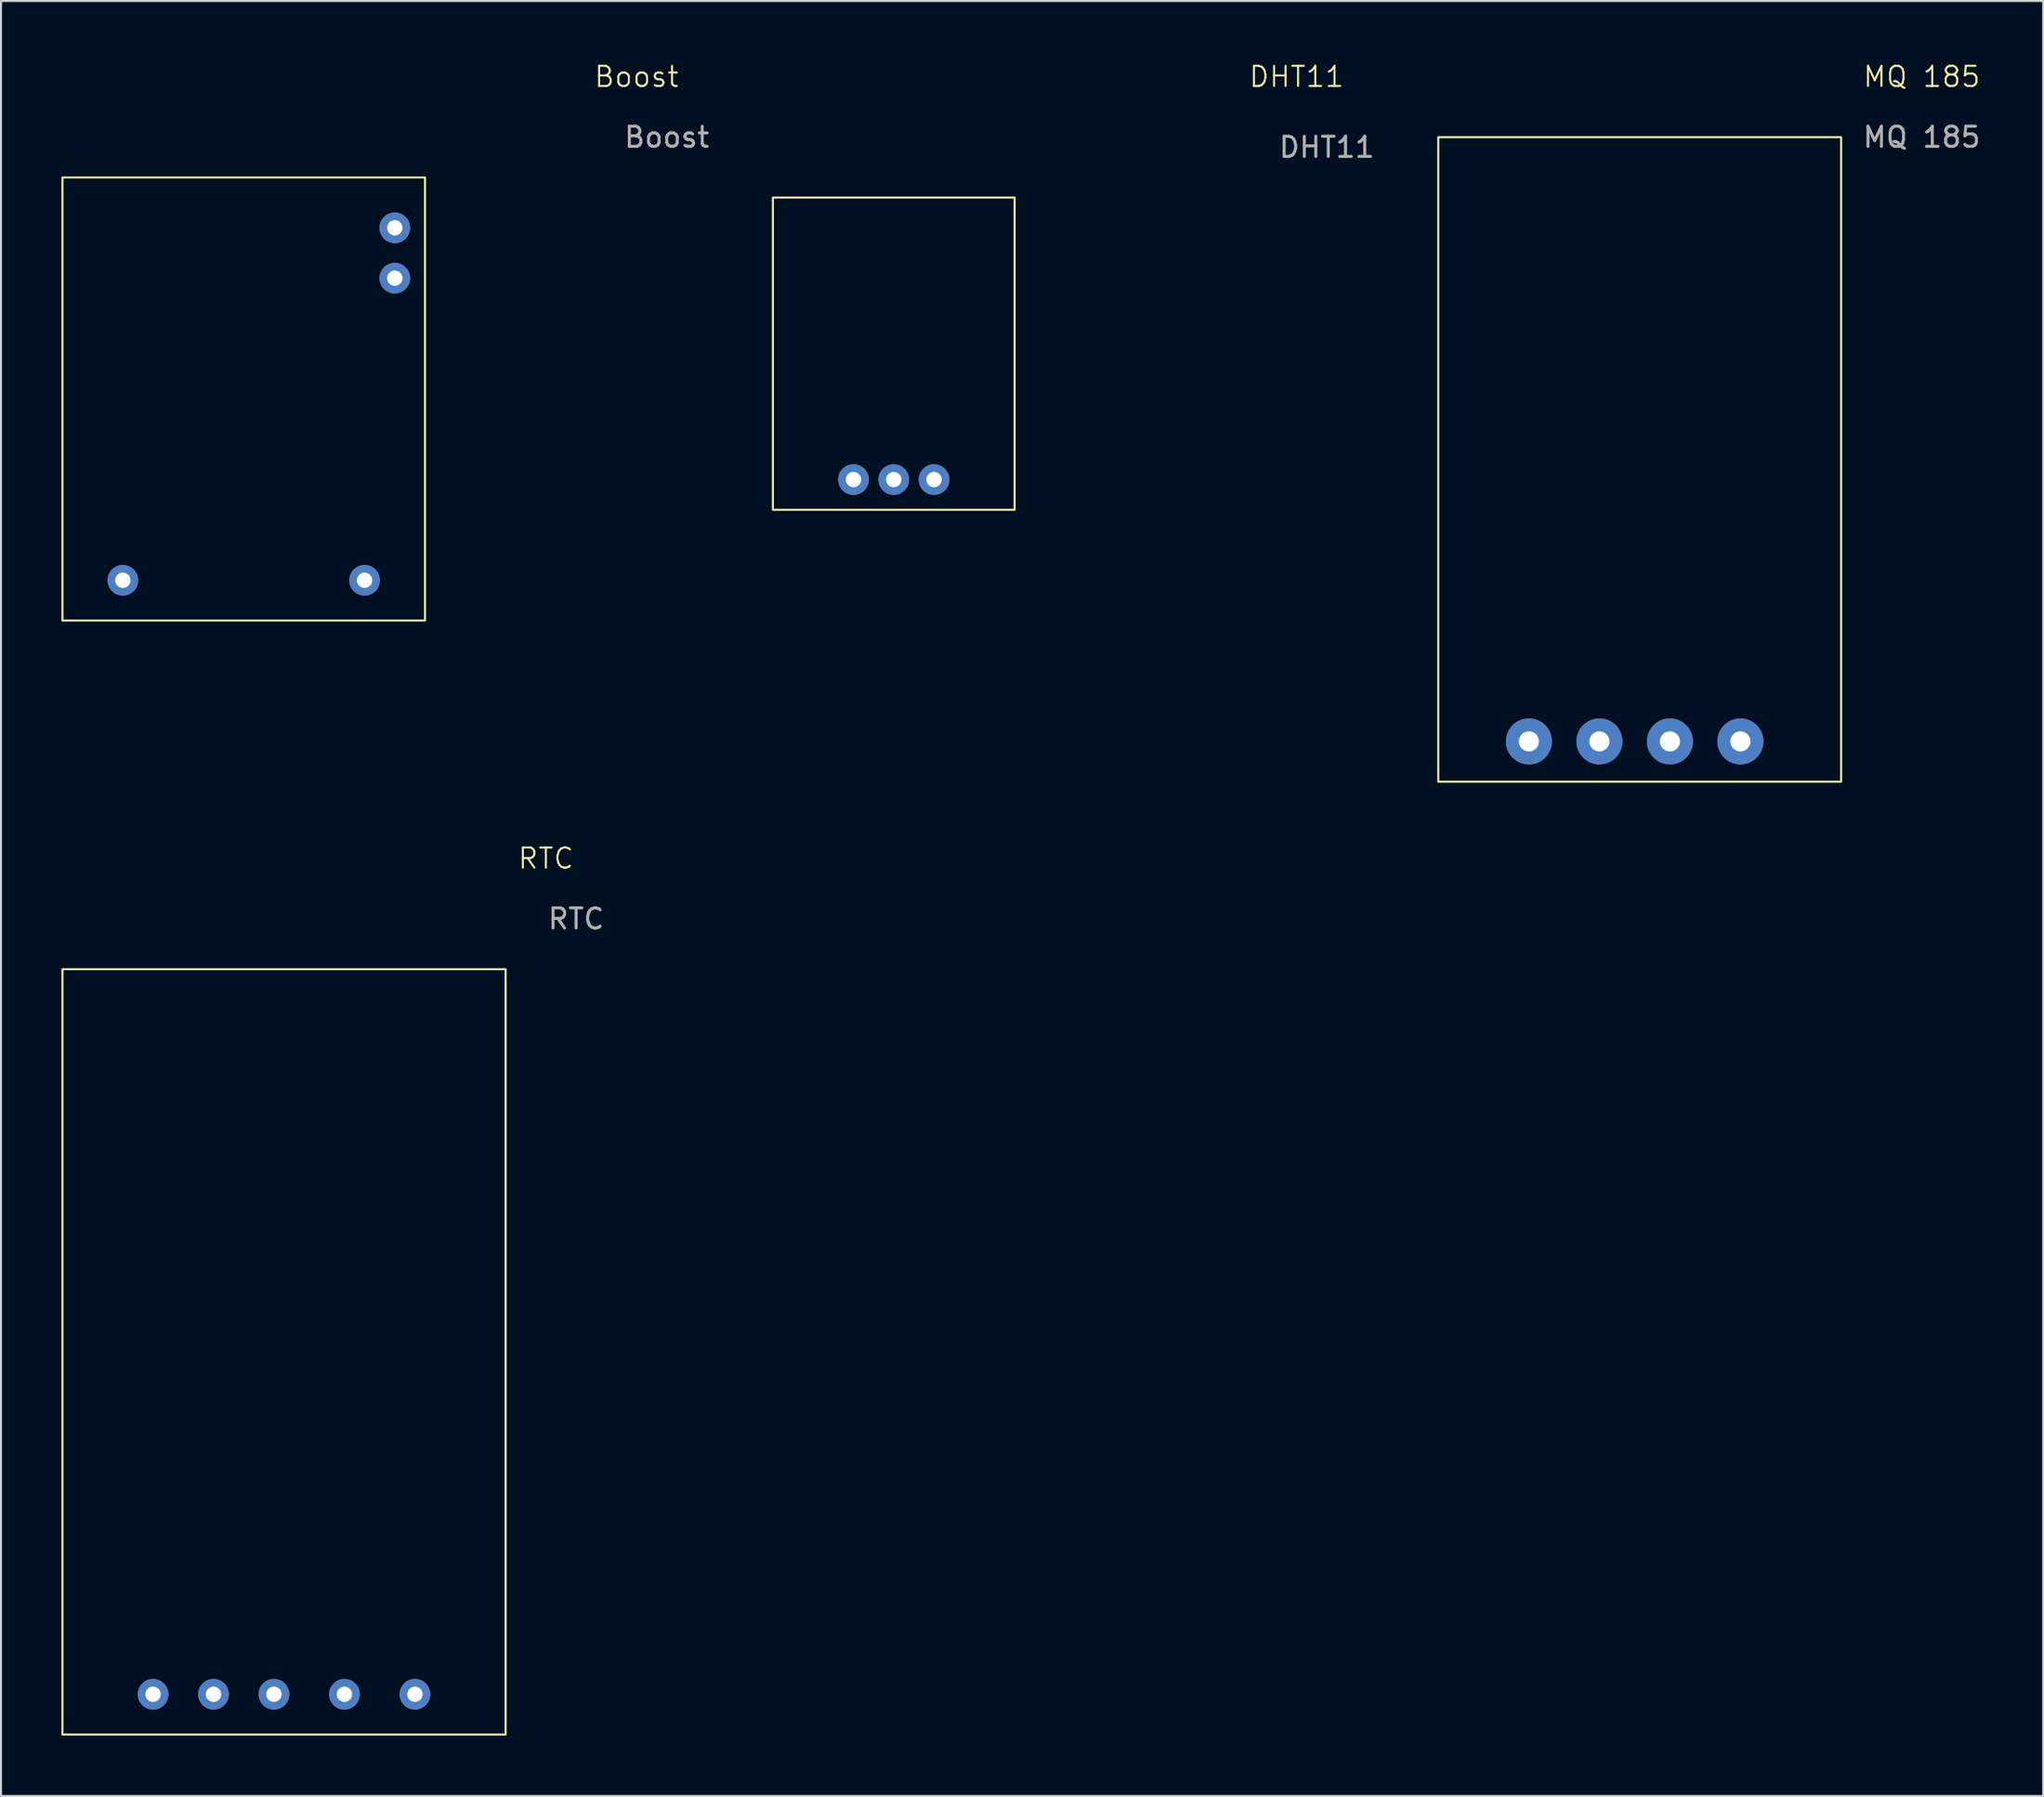
<source format=kicad_pcb>
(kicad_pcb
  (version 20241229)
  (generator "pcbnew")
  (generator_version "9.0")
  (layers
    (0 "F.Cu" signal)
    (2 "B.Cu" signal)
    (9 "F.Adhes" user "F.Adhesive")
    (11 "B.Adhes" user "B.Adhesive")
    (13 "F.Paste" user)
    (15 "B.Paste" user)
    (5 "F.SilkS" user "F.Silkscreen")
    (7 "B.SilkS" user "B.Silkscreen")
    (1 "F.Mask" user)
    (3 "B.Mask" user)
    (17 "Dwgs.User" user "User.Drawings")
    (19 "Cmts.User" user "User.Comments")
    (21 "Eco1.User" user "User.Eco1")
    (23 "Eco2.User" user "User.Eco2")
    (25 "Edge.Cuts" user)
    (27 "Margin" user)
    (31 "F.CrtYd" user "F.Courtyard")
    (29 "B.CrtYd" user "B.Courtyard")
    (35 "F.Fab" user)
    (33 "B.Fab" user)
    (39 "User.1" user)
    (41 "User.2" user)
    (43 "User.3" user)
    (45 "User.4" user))
  (footprint "RTC"
    (layer "F.Cu")
    (at 8.05 53.571)
    (property "Reference" "RTC" (at 16 -14 0) (unlocked yes) (layer "F.SilkS") (effects (font (size 1 1) (thickness 0.1))))
    (attr through_hole)
    (fp_rect (start -8 -8.5) (end 14 29.5) (stroke (width 0.1) (type default)) (fill no) (layer "F.SilkS"))
    (fp_text user "${REFERENCE}" (at 17.5 -11 0) (unlocked yes) (layer "F.Fab") (effects (font (size 1 1) (thickness 0.15))))
    (pad "CLK" thru_hole circle (at 2.5 27.5) (size 1.524 1.524) (drill 0.762) (layers "*.Cu" "*.Mask"))
    (pad "DAT" thru_hole circle (at -0.5 27.5) (size 1.524 1.524) (drill 0.762) (layers "*.Cu" "*.Mask"))
    (pad "GND" thru_hole circle (at 6 27.5) (size 1.524 1.524) (drill 0.762) (layers "*.Cu" "*.Mask"))
    (pad "RST" thru_hole circle (at -3.5 27.5) (size 1.524 1.524) (drill 0.762) (layers "*.Cu" "*.Mask"))
    (pad "VCC" thru_hole circle (at 9.5 27.5) (size 1.524 1.524) (drill 0.762) (layers "*.Cu" "*.Mask")))
  (footprint "Boost"
    (layer "F.Cu")
    (at 7.05 13.761)
    (property "Reference" "Boost" (at 21.5 -13 0) (unlocked yes) (layer "F.SilkS") (effects (font (size 1 1) (thickness 0.1))))
    (attr through_hole)
    (fp_rect (start -7 -8) (end 11 14) (stroke (width 0.1) (type default)) (fill no) (layer "F.SilkS"))
    (fp_text user "${REFERENCE}" (at 23 -10 0) (unlocked yes) (layer "F.Fab") (effects (font (size 1 1) (thickness 0.15))))
    (pad "+" thru_hole circle (at -4 12) (size 1.524 1.524) (drill 0.762) (layers "*.Cu" "*.Mask"))
    (pad "+5v" thru_hole circle (at 9.5 -5.5) (size 1.524 1.524) (drill 0.762) (layers "*.Cu" "*.Mask"))
    (pad "-" thru_hole circle (at 8 12) (size 1.524 1.524) (drill 0.762) (layers "*.Cu" "*.Mask"))
    (pad "GND" thru_hole circle (at 9.5 -3) (size 1.524 1.524) (drill 0.762) (layers "*.Cu" "*.Mask")))
  (footprint "MQ 185"
    (layer "F.Cu")
    (at 76.352 11.261)
    (property "Reference" "MQ 185" (at 16 -10.5 0) (unlocked yes) (layer "F.SilkS") (effects (font (size 1 1) (thickness 0.1))))
    (attr smd)
    (fp_rect (start -8 -7.5) (end 12 24.5) (stroke (width 0.1) (type default)) (fill no) (layer "F.SilkS"))
    (fp_text user "${REFERENCE}" (at 16 -7.5 0) (unlocked yes) (layer "F.Fab") (effects (font (size 1 1) (thickness 0.15))))
    (pad "1" thru_hole circle (at -3.5 22.5) (size 2.286 2.286) (drill 1) (layers "*.Cu" "*.Mask"))
    (pad "2" thru_hole circle (at 0 22.5) (size 2.286 2.286) (drill 1) (layers "*.Cu" "*.Mask"))
    (pad "3" thru_hole circle (at 3.5 22.5) (size 2.286 2.286) (drill 1) (layers "*.Cu" "*.Mask"))
    (pad "4" thru_hole circle (at 7 22.5) (size 2.286 2.286) (drill 1) (layers "*.Cu" "*.Mask")))
  (footprint "DHT11"
    (layer "F.Cu")
    (at 42.32 13.261)
    (property "Reference" "DHT11" (at 19 -12.5 0) (unlocked yes) (layer "F.SilkS") (effects (font (size 1 1) (thickness 0.1))))
    (attr through_hole)
    (fp_rect (start -7 -6.5) (end 5 9) (stroke (width 0.1) (type default)) (fill no) (layer "F.SilkS"))
    (fp_text user "${REFERENCE}" (at 20.5 -9 0) (unlocked yes) (layer "F.Fab") (effects (font (size 1 1) (thickness 0.15))))
    (pad "1" thru_hole circle (at -3 7.5) (size 1.524 1.524) (drill 0.762) (layers "*.Cu" "*.Mask"))
    (pad "2" thru_hole circle (at -1 7.5) (size 1.524 1.524) (drill 0.762) (layers "*.Cu" "*.Mask"))
    (pad "3" thru_hole circle (at 1 7.5) (size 1.524 1.524) (drill 0.762) (layers "*.Cu" "*.Mask")))
  (gr_rect
    (start -3 -3)
    (end 98.382 86.121)
    (stroke (width 0.1) (type default))
    (fill no)
    (layer "Edge.Cuts")))
</source>
